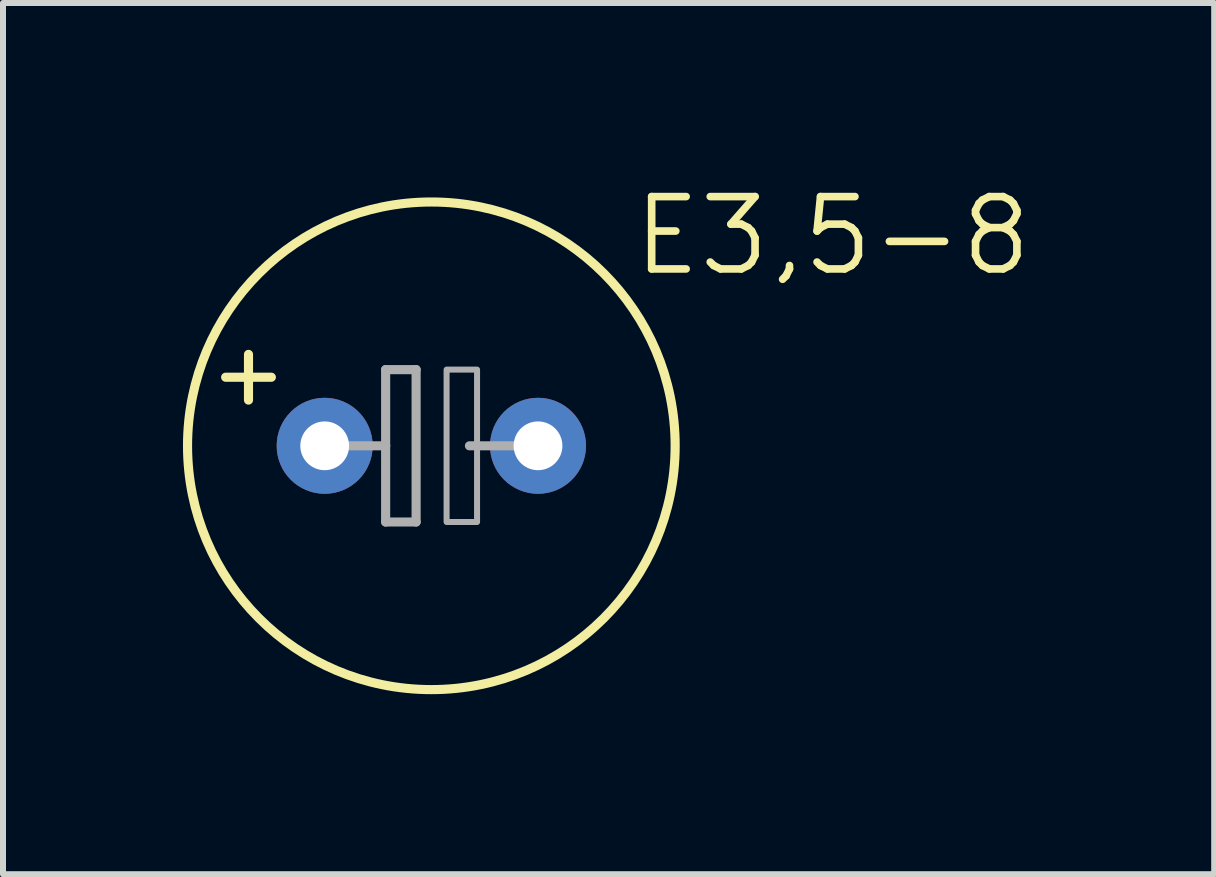
<source format=kicad_pcb>
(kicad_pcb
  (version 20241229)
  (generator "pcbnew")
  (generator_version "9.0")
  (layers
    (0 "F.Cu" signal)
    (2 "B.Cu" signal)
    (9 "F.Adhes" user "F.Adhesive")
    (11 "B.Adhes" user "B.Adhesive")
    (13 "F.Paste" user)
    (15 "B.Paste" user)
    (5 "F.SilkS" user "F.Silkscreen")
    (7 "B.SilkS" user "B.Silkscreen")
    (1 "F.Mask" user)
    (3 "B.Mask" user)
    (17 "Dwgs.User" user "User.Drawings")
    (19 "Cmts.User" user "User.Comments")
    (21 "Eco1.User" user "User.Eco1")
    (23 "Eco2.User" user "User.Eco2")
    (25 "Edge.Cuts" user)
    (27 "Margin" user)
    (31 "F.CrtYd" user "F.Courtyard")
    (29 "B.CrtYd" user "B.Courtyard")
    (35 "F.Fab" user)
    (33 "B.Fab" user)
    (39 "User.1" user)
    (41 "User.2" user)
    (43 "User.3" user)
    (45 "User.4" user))
  (footprint "E3,5-8"
    (layer "F.Cu")
    (at 4.14 4.381)
    (property "Reference" "E3,5-8" (at 3.302 -2.794 0) (layer "F.SilkS") (effects (font (size 1.206 1.206) (thickness 0.127)) (justify left bottom)))
    (attr through_hole)
    (fp_line (start -3.429 -1.143) (end -2.667 -1.143) (stroke (width 0.152) (type solid)) (layer "F.SilkS"))
    (fp_line (start -3.048 -0.762) (end -3.048 -1.524) (stroke (width 0.152) (type solid)) (layer "F.SilkS"))
    (fp_circle (center 0 0) (end 4.064 0) (stroke (width 0.152) (type solid)) (fill no) (layer "F.SilkS"))
    (fp_line (start -1.651 0) (end -0.762 0) (stroke (width 0.152) (type solid)) (layer "F.Fab"))
    (fp_line (start -0.762 -1.27) (end -0.762 0) (stroke (width 0.152) (type solid)) (layer "F.Fab"))
    (fp_line (start -0.762 0) (end -0.762 1.27) (stroke (width 0.152) (type solid)) (layer "F.Fab"))
    (fp_line (start -0.762 1.27) (end -0.254 1.27) (stroke (width 0.152) (type solid)) (layer "F.Fab"))
    (fp_line (start -0.254 -1.27) (end -0.762 -1.27) (stroke (width 0.152) (type solid)) (layer "F.Fab"))
    (fp_line (start -0.254 1.27) (end -0.254 -1.27) (stroke (width 0.152) (type solid)) (layer "F.Fab"))
    (fp_line (start 0.635 0) (end 1.651 0) (stroke (width 0.152) (type solid)) (layer "F.Fab"))
    (fp_poly (pts (xy 0.254 1.27) (xy 0.762 1.27) (xy 0.762 -1.27) (xy 0.254 -1.27)) (stroke (width 0.1) (type solid)) (fill no) (layer "F.Fab"))
    (pad "+" thru_hole circle (at -1.778 0) (size 1.6 1.6) (drill 0.813) (layers "*.Cu" "*.Mask"))
    (pad "-" thru_hole circle (at 1.778 0) (size 1.6 1.6) (drill 0.813) (layers "*.Cu" "*.Mask")))
  (gr_rect
    (start -3 -3)
    (end 17.189 11.522)
    (stroke (width 0.1) (type default))
    (fill no)
    (layer "Edge.Cuts")))
</source>
